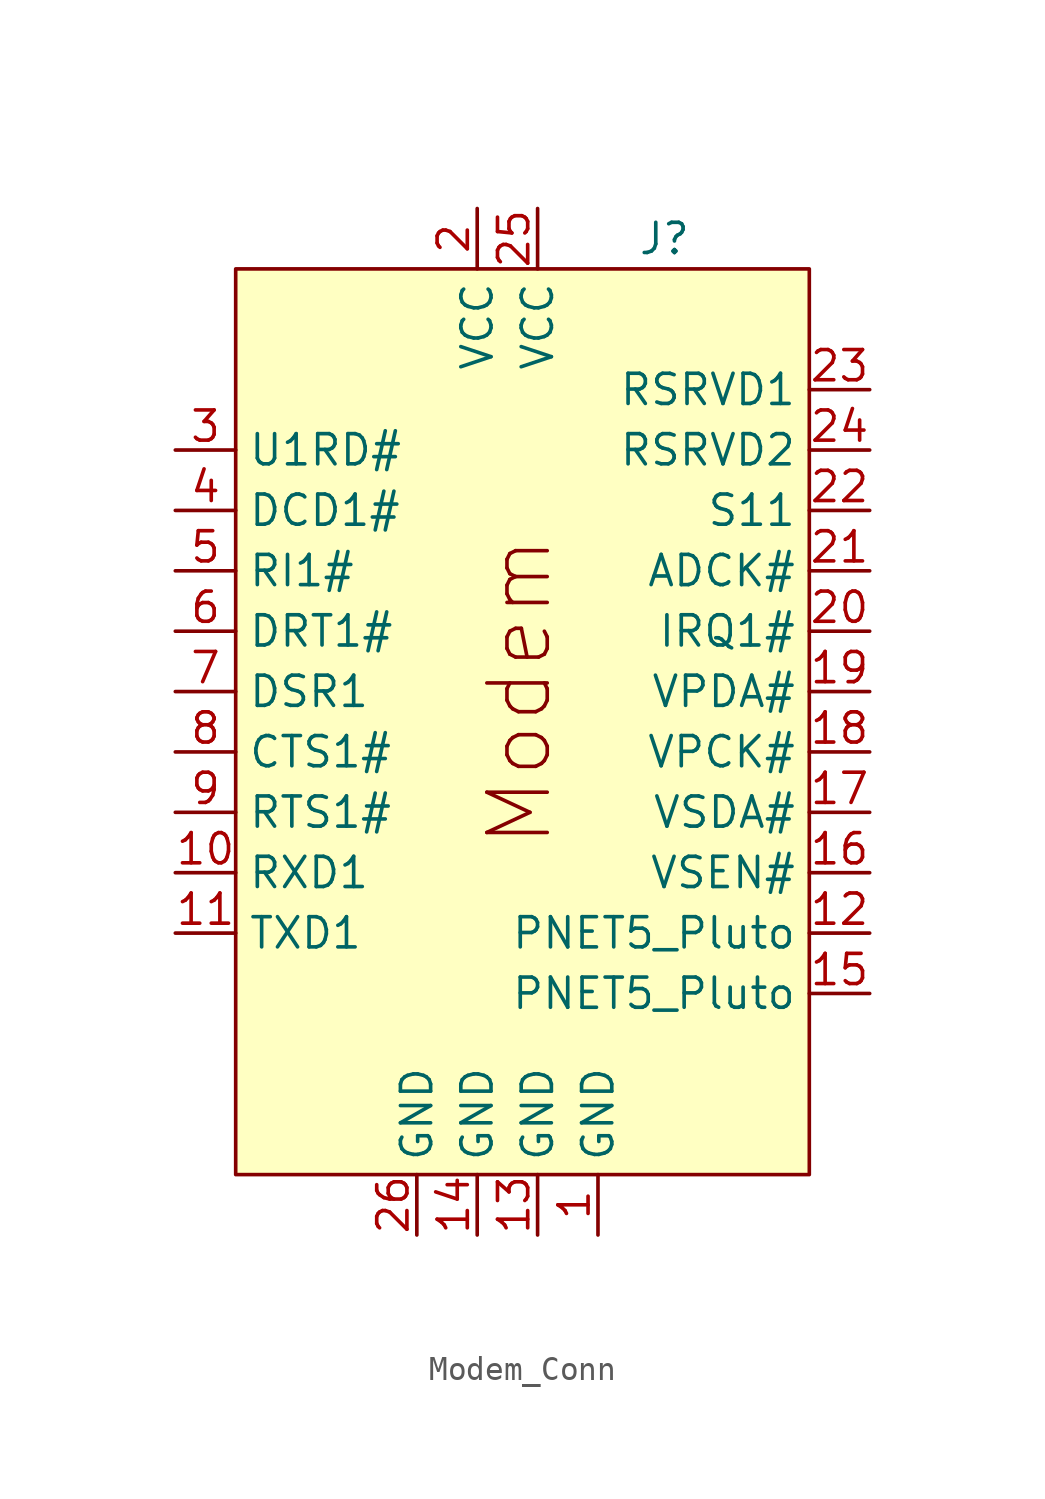
<source format=kicad_sym>
(kicad_symbol_lib
  (version 20241209)
  (generator "kicad_symbol_editor")
  (generator_version "9.0")
  (symbol "Modem_Conn"
    (property "Reference" "J"
      (at 6.604 20.32 0)
      (effects (font (size 1.27 1.27))))
    (property "Value" ""
      (at 0 0 0)
      (effects (font (size 1.27 1.27))))
    (symbol "Modem_Conn_1_1"
      (rectangle (start -11.43 19.05) (end 12.7 -19.05) (stroke (width 0) (type solid)) (fill (type color) (color 255 255 194 1)))
      (text "Modem" (at 0.508 1.27 900) (effects (font (size 2.54 2.54))))
      (pin bidirectional line (at -13.97 11.43 0) (length 2.54) (name "U1RD#" (effects (font (size 1.27 1.27)))) (number "3" (effects (font (size 1.27 1.27)))))
      (pin bidirectional line (at -13.97 8.89 0) (length 2.54) (name "DCD1#" (effects (font (size 1.27 1.27)))) (number "4" (effects (font (size 1.27 1.27)))))
      (pin bidirectional line (at -13.97 6.35 0) (length 2.54) (name "RI1#" (effects (font (size 1.27 1.27)))) (number "5" (effects (font (size 1.27 1.27)))))
      (pin bidirectional line (at -13.97 3.81 0) (length 2.54) (name "DRT1#" (effects (font (size 1.27 1.27)))) (number "6" (effects (font (size 1.27 1.27)))))
      (pin bidirectional line (at -13.97 1.27 0) (length 2.54) (name "DSR1" (effects (font (size 1.27 1.27)))) (number "7" (effects (font (size 1.27 1.27)))))
      (pin bidirectional line (at -13.97 -1.27 0) (length 2.54) (name "CTS1#" (effects (font (size 1.27 1.27)))) (number "8" (effects (font (size 1.27 1.27)))))
      (pin bidirectional line (at -13.97 -3.81 0) (length 2.54) (name "RTS1#" (effects (font (size 1.27 1.27)))) (number "9" (effects (font (size 1.27 1.27)))))
      (pin bidirectional line (at -13.97 -6.35 0) (length 2.54) (name "RXD1" (effects (font (size 1.27 1.27)))) (number "10" (effects (font (size 1.27 1.27)))))
      (pin bidirectional line (at -13.97 -8.89 0) (length 2.54) (name "TXD1" (effects (font (size 1.27 1.27)))) (number "11" (effects (font (size 1.27 1.27)))))
      (pin power_in line (at -3.81 -21.59 90) (length 2.54) (name "GND" (effects (font (size 1.27 1.27)))) (number "26" (effects (font (size 1.27 1.27)))))
      (pin power_in line (at -1.27 21.59 270) (length 2.54) (name "VCC" (effects (font (size 1.27 1.27)))) (number "2" (effects (font (size 1.27 1.27)))))
      (pin power_in line (at -1.27 -21.59 90) (length 2.54) (name "GND" (effects (font (size 1.27 1.27)))) (number "14" (effects (font (size 1.27 1.27)))))
      (pin power_in line (at 1.27 21.59 270) (length 2.54) (name "VCC" (effects (font (size 1.27 1.27)))) (number "25" (effects (font (size 1.27 1.27)))))
      (pin power_in line (at 1.27 -21.59 90) (length 2.54) (name "GND" (effects (font (size 1.27 1.27)))) (number "13" (effects (font (size 1.27 1.27)))))
      (pin power_in line (at 3.81 -21.59 90) (length 2.54) (name "GND" (effects (font (size 1.27 1.27)))) (number "1" (effects (font (size 1.27 1.27)))))
      (pin bidirectional line (at 15.24 13.97 180) (length 2.54) (name "RSRVD1" (effects (font (size 1.27 1.27)))) (number "23" (effects (font (size 1.27 1.27)))))
      (pin bidirectional line (at 15.24 11.43 180) (length 2.54) (name "RSRVD2" (effects (font (size 1.27 1.27)))) (number "24" (effects (font (size 1.27 1.27)))))
      (pin bidirectional line (at 15.24 8.89 180) (length 2.54) (name "S11" (effects (font (size 1.27 1.27)))) (number "22" (effects (font (size 1.27 1.27)))))
      (pin bidirectional line (at 15.24 6.35 180) (length 2.54) (name "ADCK#" (effects (font (size 1.27 1.27)))) (number "21" (effects (font (size 1.27 1.27)))))
      (pin bidirectional line (at 15.24 3.81 180) (length 2.54) (name "IRQ1#" (effects (font (size 1.27 1.27)))) (number "20" (effects (font (size 1.27 1.27)))))
      (pin bidirectional line (at 15.24 1.27 180) (length 2.54) (name "VPDA#" (effects (font (size 1.27 1.27)))) (number "19" (effects (font (size 1.27 1.27)))))
      (pin bidirectional line (at 15.24 -1.27 180) (length 2.54) (name "VPCK#" (effects (font (size 1.27 1.27)))) (number "18" (effects (font (size 1.27 1.27)))))
      (pin bidirectional line (at 15.24 -3.81 180) (length 2.54) (name "VSDA#" (effects (font (size 1.27 1.27)))) (number "17" (effects (font (size 1.27 1.27)))))
      (pin bidirectional line (at 15.24 -6.35 180) (length 2.54) (name "VSEN#" (effects (font (size 1.27 1.27)))) (number "16" (effects (font (size 1.27 1.27)))))
      (pin power_in line (at 15.24 -8.89 180) (length 2.54) (name "PNET5_Pluto" (effects (font (size 1.27 1.27)))) (number "12" (effects (font (size 1.27 1.27)))))
      (pin power_in line (at 15.24 -11.43 180) (length 2.54) (name "PNET5_Pluto" (effects (font (size 1.27 1.27)))) (number "15" (effects (font (size 1.27 1.27))))))))
</source>
